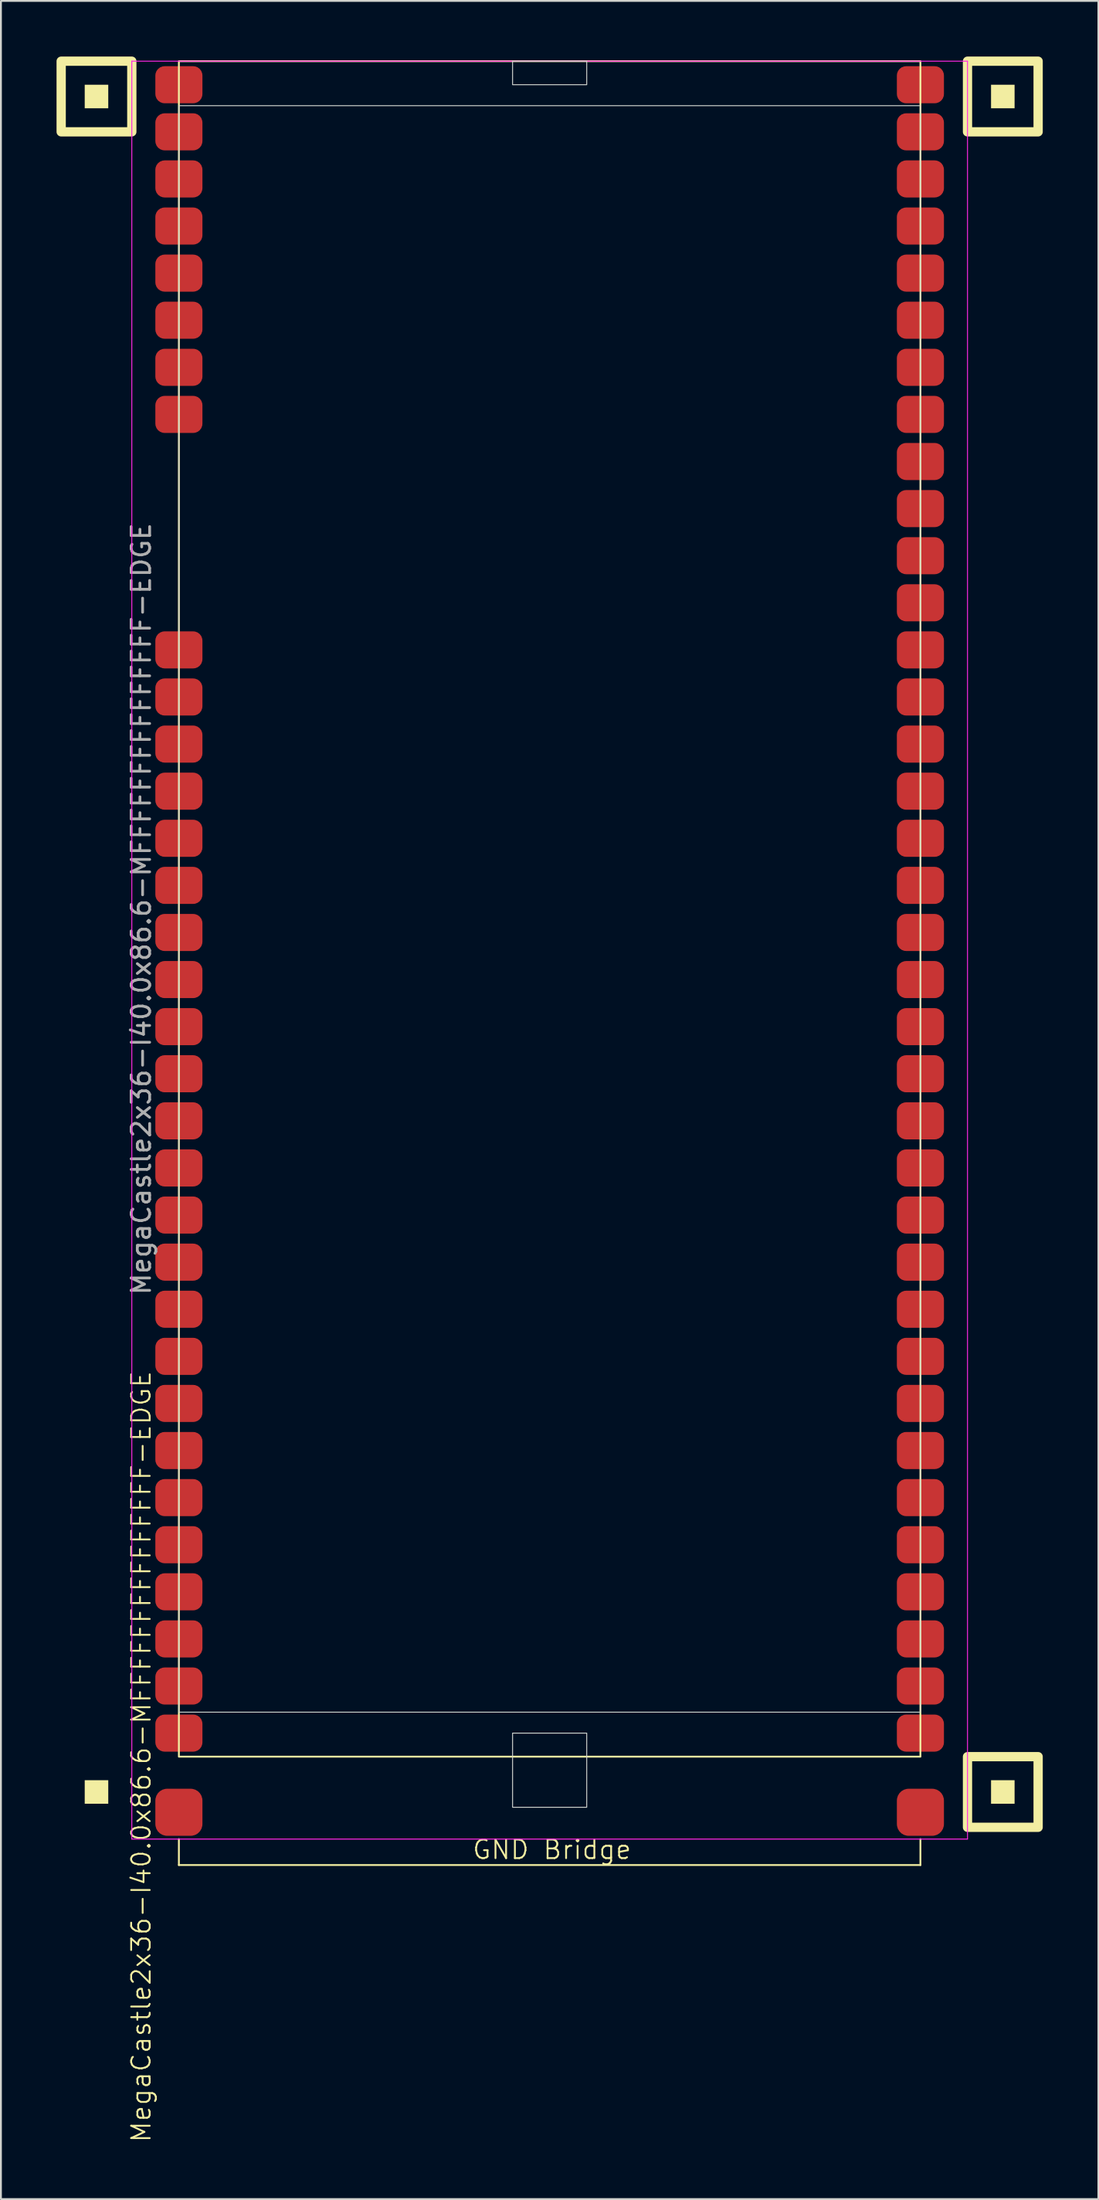
<source format=kicad_pcb>
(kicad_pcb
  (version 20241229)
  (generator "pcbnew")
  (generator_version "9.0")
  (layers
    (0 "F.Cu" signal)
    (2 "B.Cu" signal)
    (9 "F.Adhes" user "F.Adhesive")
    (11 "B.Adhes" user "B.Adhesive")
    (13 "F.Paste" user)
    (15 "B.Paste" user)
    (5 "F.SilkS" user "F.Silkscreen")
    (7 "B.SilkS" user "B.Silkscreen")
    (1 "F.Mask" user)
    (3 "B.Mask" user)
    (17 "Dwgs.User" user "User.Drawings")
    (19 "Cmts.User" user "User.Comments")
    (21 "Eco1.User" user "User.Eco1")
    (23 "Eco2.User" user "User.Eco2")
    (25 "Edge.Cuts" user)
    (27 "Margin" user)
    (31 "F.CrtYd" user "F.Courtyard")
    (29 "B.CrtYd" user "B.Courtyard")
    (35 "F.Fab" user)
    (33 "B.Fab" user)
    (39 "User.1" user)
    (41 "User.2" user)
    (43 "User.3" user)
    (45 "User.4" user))
  (footprint "MegaCastle2x36-I40.0x86.6-MFFFFFFFFFFFFFFF-EDGE"
    (layer "F.Cu")
    (at 26.6 45.97)
    (property "Reference" "MegaCastle2x36-I40.0x86.6-MFFFFFFFFFFFFFFF-EDGE" (at -22.032 45.72 90) (unlocked yes) (layer "F.SilkS") (effects (font (size 1 1) (thickness 0.1))))
    (attr smd)
    (fp_line (start -20 50.165) (end -20 51.565) (stroke (width 0.1) (type default)) (layer "F.SilkS"))
    (fp_line (start -20 51.565) (end 20 51.565) (stroke (width 0.1) (type default)) (layer "F.SilkS"))
    (fp_line (start 20 50.165) (end 20 51.565) (stroke (width 0.1) (type default)) (layer "F.SilkS"))
    (fp_rect (start -23.81 -43.18) (end -25.08 -44.45) (stroke (width 0) (type solid)) (fill yes) (layer "F.SilkS"))
    (fp_rect (start -23.81 48.26) (end -25.08 46.99) (stroke (width 0) (type solid)) (fill yes) (layer "F.SilkS"))
    (fp_rect (start -22.54 -41.91) (end -26.35 -45.72) (stroke (width 0.5) (type default)) (fill no) (layer "F.SilkS"))
    (fp_rect (start -20 -45.72) (end 20 45.72) (stroke (width 0.1) (type default)) (fill no) (layer "F.SilkS"))
    (fp_rect (start 25.08 -43.18) (end 23.81 -44.45) (stroke (width 0) (type solid)) (fill yes) (layer "F.SilkS"))
    (fp_rect (start 25.08 48.26) (end 23.81 46.99) (stroke (width 0) (type solid)) (fill yes) (layer "F.SilkS"))
    (fp_rect (start 26.35 -41.91) (end 22.54 -45.72) (stroke (width 0.5) (type default)) (fill no) (layer "F.SilkS"))
    (fp_rect (start 26.35 49.53) (end 22.54 45.72) (stroke (width 0.5) (type default)) (fill no) (layer "F.SilkS"))
    (fp_rect (start -20 -43.32) (end 20 43.32) (stroke (width 0.05) (type default)) (fill no) (layer "Edge.Cuts"))
    (fp_rect (start -2 -44.45) (end 2 -45.72) (stroke (width 0.05) (type default)) (fill no) (layer "Edge.Cuts"))
    (fp_rect (start -2 44.45) (end 2 48.45) (stroke (width 0.05) (type default)) (fill no) (layer "Edge.Cuts"))
    (fp_line (start -22.54 -45.72) (end -22.54 50.165) (stroke (width 0.05) (type default)) (layer "F.CrtYd"))
    (fp_line (start -22.54 50.165) (end 22.54 50.165) (stroke (width 0.05) (type default)) (layer "F.CrtYd"))
    (fp_line (start 22.54 -45.72) (end -22.54 -45.72) (stroke (width 0.05) (type default)) (layer "F.CrtYd"))
    (fp_line (start 22.54 -45.72) (end 22.54 50.165) (stroke (width 0.05) (type default)) (layer "F.CrtYd"))
    (fp_text user "GND Bridge" (at -4.226 51.32 0) (unlocked yes) (layer "F.SilkS") (effects (font (size 1 1) (thickness 0.1)) (justify left bottom)))
    (fp_text user "${REFERENCE}" (at -22.032 0 90) (unlocked yes) (layer "F.Fab") (effects (font (size 1 1) (thickness 0.15))))
    (pad "1" smd roundrect (at -20 -44.45) (size 2.54 2) (layers "F.Cu" "F.Mask" "F.Paste") (roundrect_rratio 0.25))
    (pad "2" smd roundrect (at -20 -41.91) (size 2.54 2) (layers "F.Cu" "F.Mask" "F.Paste") (roundrect_rratio 0.25))
    (pad "3" smd roundrect (at -20 -39.37) (size 2.54 2) (layers "F.Cu" "F.Mask" "F.Paste") (roundrect_rratio 0.25))
    (pad "4" smd roundrect (at -20 -36.83) (size 2.54 2) (layers "F.Cu" "F.Mask" "F.Paste") (roundrect_rratio 0.25))
    (pad "5" smd roundrect (at -20 -34.29) (size 2.54 2) (layers "F.Cu" "F.Mask" "F.Paste") (roundrect_rratio 0.25))
    (pad "6" smd roundrect (at -20 -31.75) (size 2.54 2) (layers "F.Cu" "F.Mask" "F.Paste") (roundrect_rratio 0.25))
    (pad "7" smd roundrect (at -20 -29.21) (size 2.54 2) (layers "F.Cu" "F.Mask" "F.Paste") (roundrect_rratio 0.25))
    (pad "8" smd roundrect (at -20 -26.67) (size 2.54 2) (layers "F.Cu" "F.Mask" "F.Paste") (roundrect_rratio 0.25))
    (pad "13" smd roundrect (at -20 -13.97) (size 2.54 2) (layers "F.Cu" "F.Mask" "F.Paste") (roundrect_rratio 0.25))
    (pad "14" smd roundrect (at -20 -11.43) (size 2.54 2) (layers "F.Cu" "F.Mask" "F.Paste") (roundrect_rratio 0.25))
    (pad "15" smd roundrect (at -20 -8.89) (size 2.54 2) (layers "F.Cu" "F.Mask" "F.Paste") (roundrect_rratio 0.25))
    (pad "16" smd roundrect (at -20 -6.35) (size 2.54 2) (layers "F.Cu" "F.Mask" "F.Paste") (roundrect_rratio 0.25))
    (pad "17" smd roundrect (at -20 -3.81) (size 2.54 2) (layers "F.Cu" "F.Mask" "F.Paste") (roundrect_rratio 0.25))
    (pad "18" smd roundrect (at -20 -1.27) (size 2.54 2) (layers "F.Cu" "F.Mask" "F.Paste") (roundrect_rratio 0.25))
    (pad "19" smd roundrect (at -20 1.27) (size 2.54 2) (layers "F.Cu" "F.Mask" "F.Paste") (roundrect_rratio 0.25))
    (pad "20" smd roundrect (at -20 3.81) (size 2.54 2) (layers "F.Cu" "F.Mask" "F.Paste") (roundrect_rratio 0.25))
    (pad "21" smd roundrect (at -20 6.35) (size 2.54 2) (layers "F.Cu" "F.Mask" "F.Paste") (roundrect_rratio 0.25))
    (pad "22" smd roundrect (at -20 8.89) (size 2.54 2) (layers "F.Cu" "F.Mask" "F.Paste") (roundrect_rratio 0.25))
    (pad "23" smd roundrect (at -20 11.43) (size 2.54 2) (layers "F.Cu" "F.Mask" "F.Paste") (roundrect_rratio 0.25))
    (pad "24" smd roundrect (at -20 13.97) (size 2.54 2) (layers "F.Cu" "F.Mask" "F.Paste") (roundrect_rratio 0.25))
    (pad "25" smd roundrect (at -20 16.51) (size 2.54 2) (layers "F.Cu" "F.Mask" "F.Paste") (roundrect_rratio 0.25))
    (pad "26" smd roundrect (at -20 19.05) (size 2.54 2) (layers "F.Cu" "F.Mask" "F.Paste") (roundrect_rratio 0.25))
    (pad "27" smd roundrect (at -20 21.59) (size 2.54 2) (layers "F.Cu" "F.Mask" "F.Paste") (roundrect_rratio 0.25))
    (pad "28" smd roundrect (at -20 24.13) (size 2.54 2) (layers "F.Cu" "F.Mask" "F.Paste") (roundrect_rratio 0.25))
    (pad "29" smd roundrect (at -20 26.67) (size 2.54 2) (layers "F.Cu" "F.Mask" "F.Paste") (roundrect_rratio 0.25))
    (pad "30" smd roundrect (at -20 29.21) (size 2.54 2) (layers "F.Cu" "F.Mask" "F.Paste") (roundrect_rratio 0.25))
    (pad "31" smd roundrect (at -20 31.75) (size 2.54 2) (layers "F.Cu" "F.Mask" "F.Paste") (roundrect_rratio 0.25))
    (pad "32" smd roundrect (at -20 34.29) (size 2.54 2) (layers "F.Cu" "F.Mask" "F.Paste") (roundrect_rratio 0.25))
    (pad "33" smd roundrect (at -20 36.83) (size 2.54 2) (layers "F.Cu" "F.Mask" "F.Paste") (roundrect_rratio 0.25))
    (pad "34" smd roundrect (at -20 39.37) (size 2.54 2) (layers "F.Cu" "F.Mask" "F.Paste") (roundrect_rratio 0.25))
    (pad "35" smd roundrect (at -20 41.91) (size 2.54 2) (layers "F.Cu" "F.Mask" "F.Paste") (roundrect_rratio 0.25))
    (pad "36" smd roundrect (at -20 44.45) (size 2.54 2) (layers "F.Cu" "F.Mask" "F.Paste") (roundrect_rratio 0.25))
    (pad "37" smd roundrect (at 20 -44.45) (size 2.54 2) (layers "F.Cu" "F.Mask" "F.Paste") (roundrect_rratio 0.25))
    (pad "38" smd roundrect (at 20 -41.91) (size 2.54 2) (layers "F.Cu" "F.Mask" "F.Paste") (roundrect_rratio 0.25))
    (pad "39" smd roundrect (at 20 -39.37) (size 2.54 2) (layers "F.Cu" "F.Mask" "F.Paste") (roundrect_rratio 0.25))
    (pad "40" smd roundrect (at 20 -36.83) (size 2.54 2) (layers "F.Cu" "F.Mask" "F.Paste") (roundrect_rratio 0.25))
    (pad "41" smd roundrect (at 20 -34.29) (size 2.54 2) (layers "F.Cu" "F.Mask" "F.Paste") (roundrect_rratio 0.25))
    (pad "42" smd roundrect (at 20 -31.75) (size 2.54 2) (layers "F.Cu" "F.Mask" "F.Paste") (roundrect_rratio 0.25))
    (pad "43" smd roundrect (at 20 -29.21) (size 2.54 2) (layers "F.Cu" "F.Mask" "F.Paste") (roundrect_rratio 0.25))
    (pad "44" smd roundrect (at 20 -26.67) (size 2.54 2) (layers "F.Cu" "F.Mask" "F.Paste") (roundrect_rratio 0.25))
    (pad "45" smd roundrect (at 20 -24.13) (size 2.54 2) (layers "F.Cu" "F.Mask" "F.Paste") (roundrect_rratio 0.25))
    (pad "46" smd roundrect (at 20 -21.59) (size 2.54 2) (layers "F.Cu" "F.Mask" "F.Paste") (roundrect_rratio 0.25))
    (pad "47" smd roundrect (at 20 -19.05) (size 2.54 2) (layers "F.Cu" "F.Mask" "F.Paste") (roundrect_rratio 0.25))
    (pad "48" smd roundrect (at 20 -16.51) (size 2.54 2) (layers "F.Cu" "F.Mask" "F.Paste") (roundrect_rratio 0.25))
    (pad "49" smd roundrect (at 20 -13.97) (size 2.54 2) (layers "F.Cu" "F.Mask" "F.Paste") (roundrect_rratio 0.25))
    (pad "50" smd roundrect (at 20 -11.43) (size 2.54 2) (layers "F.Cu" "F.Mask" "F.Paste") (roundrect_rratio 0.25))
    (pad "51" smd roundrect (at 20 -8.89) (size 2.54 2) (layers "F.Cu" "F.Mask" "F.Paste") (roundrect_rratio 0.25))
    (pad "52" smd roundrect (at 20 -6.35) (size 2.54 2) (layers "F.Cu" "F.Mask" "F.Paste") (roundrect_rratio 0.25))
    (pad "53" smd roundrect (at 20 -3.81) (size 2.54 2) (layers "F.Cu" "F.Mask" "F.Paste") (roundrect_rratio 0.25))
    (pad "54" smd roundrect (at 20 -1.27) (size 2.54 2) (layers "F.Cu" "F.Mask" "F.Paste") (roundrect_rratio 0.25))
    (pad "55" smd roundrect (at 20 1.27) (size 2.54 2) (layers "F.Cu" "F.Mask" "F.Paste") (roundrect_rratio 0.25))
    (pad "56" smd roundrect (at 20 3.81) (size 2.54 2) (layers "F.Cu" "F.Mask" "F.Paste") (roundrect_rratio 0.25))
    (pad "57" smd roundrect (at 20 6.35) (size 2.54 2) (layers "F.Cu" "F.Mask" "F.Paste") (roundrect_rratio 0.25))
    (pad "58" smd roundrect (at 20 8.89) (size 2.54 2) (layers "F.Cu" "F.Mask" "F.Paste") (roundrect_rratio 0.25))
    (pad "59" smd roundrect (at 20 11.43) (size 2.54 2) (layers "F.Cu" "F.Mask" "F.Paste") (roundrect_rratio 0.25))
    (pad "60" smd roundrect (at 20 13.97) (size 2.54 2) (layers "F.Cu" "F.Mask" "F.Paste") (roundrect_rratio 0.25))
    (pad "61" smd roundrect (at 20 16.51) (size 2.54 2) (layers "F.Cu" "F.Mask" "F.Paste") (roundrect_rratio 0.25))
    (pad "62" smd roundrect (at 20 19.05) (size 2.54 2) (layers "F.Cu" "F.Mask" "F.Paste") (roundrect_rratio 0.25))
    (pad "63" smd roundrect (at 20 21.59) (size 2.54 2) (layers "F.Cu" "F.Mask" "F.Paste") (roundrect_rratio 0.25))
    (pad "64" smd roundrect (at 20 24.13) (size 2.54 2) (layers "F.Cu" "F.Mask" "F.Paste") (roundrect_rratio 0.25))
    (pad "65" smd roundrect (at 20 26.67) (size 2.54 2) (layers "F.Cu" "F.Mask" "F.Paste") (roundrect_rratio 0.25))
    (pad "66" smd roundrect (at 20 29.21) (size 2.54 2) (layers "F.Cu" "F.Mask" "F.Paste") (roundrect_rratio 0.25))
    (pad "67" smd roundrect (at 20 31.75) (size 2.54 2) (layers "F.Cu" "F.Mask" "F.Paste") (roundrect_rratio 0.25))
    (pad "68" smd roundrect (at 20 34.29) (size 2.54 2) (layers "F.Cu" "F.Mask" "F.Paste") (roundrect_rratio 0.25))
    (pad "69" smd roundrect (at 20 36.83) (size 2.54 2) (layers "F.Cu" "F.Mask" "F.Paste") (roundrect_rratio 0.25))
    (pad "70" smd roundrect (at 20 39.37) (size 2.54 2) (layers "F.Cu" "F.Mask" "F.Paste") (roundrect_rratio 0.25))
    (pad "71" smd roundrect (at 20 41.91) (size 2.54 2) (layers "F.Cu" "F.Mask" "F.Paste") (roundrect_rratio 0.25))
    (pad "72" smd roundrect (at 20 44.45) (size 2.54 2) (layers "F.Cu" "F.Mask" "F.Paste") (roundrect_rratio 0.25))
    (pad "B1" smd roundrect (at -20 48.72) (size 2.54 2.54) (layers "F.Cu" "F.Mask" "F.Paste") (roundrect_rratio 0.25))
    (pad "B2" smd roundrect (at 20 48.72) (size 2.54 2.54) (layers "F.Cu" "F.Mask" "F.Paste") (roundrect_rratio 0.25)))
  (gr_rect
    (start -3 -3)
    (end 56.2 115.55)
    (stroke (width 0.1) (type default))
    (fill no)
    (layer "Edge.Cuts")))
</source>
